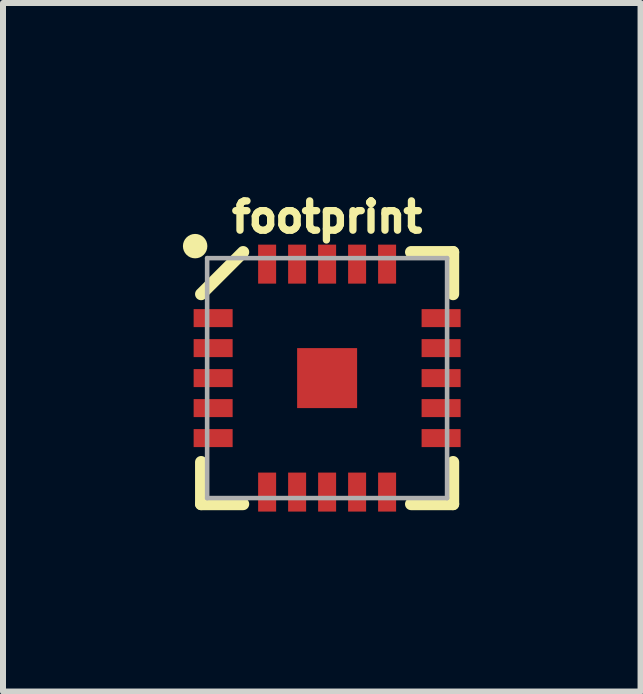
<source format=kicad_pcb>
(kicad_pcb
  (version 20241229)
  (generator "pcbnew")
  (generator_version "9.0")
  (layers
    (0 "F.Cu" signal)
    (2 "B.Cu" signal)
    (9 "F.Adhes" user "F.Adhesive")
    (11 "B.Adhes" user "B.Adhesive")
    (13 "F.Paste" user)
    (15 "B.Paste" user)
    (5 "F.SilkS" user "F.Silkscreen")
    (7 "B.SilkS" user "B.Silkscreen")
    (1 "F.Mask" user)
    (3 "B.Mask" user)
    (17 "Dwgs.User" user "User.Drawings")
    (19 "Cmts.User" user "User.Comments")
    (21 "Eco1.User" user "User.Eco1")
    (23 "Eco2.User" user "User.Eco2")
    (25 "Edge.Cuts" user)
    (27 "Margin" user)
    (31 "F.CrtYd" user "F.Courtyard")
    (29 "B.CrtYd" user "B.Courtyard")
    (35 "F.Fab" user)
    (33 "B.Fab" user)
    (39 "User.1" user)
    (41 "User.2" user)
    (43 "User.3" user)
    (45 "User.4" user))
  (footprint "footprint"
    (layer "F.Cu")
    (at 2.403 3.253)
    (property "Reference" "footprint" (at 0 -2.4 0) (layer "F.SilkS") (effects (font (size 0.488 0.488) (thickness 0.122)) (justify bottom)))
    (fp_line (start -2.1 2.1) (end -2.1 1.4) (stroke (width 0.203) (type solid)) (layer "F.SilkS"))
    (fp_line (start -1.4 -2.1) (end -2.1 -1.4) (stroke (width 0.203) (type solid)) (layer "F.SilkS"))
    (fp_line (start -1.4 2.1) (end -2.1 2.1) (stroke (width 0.203) (type solid)) (layer "F.SilkS"))
    (fp_line (start 1.4 -2.1) (end 2.1 -2.1) (stroke (width 0.203) (type solid)) (layer "F.SilkS"))
    (fp_line (start 2.1 -2.1) (end 2.1 -1.4) (stroke (width 0.203) (type solid)) (layer "F.SilkS"))
    (fp_line (start 2.1 1.4) (end 2.1 2.1) (stroke (width 0.203) (type solid)) (layer "F.SilkS"))
    (fp_line (start 2.1 2.1) (end 1.4 2.1) (stroke (width 0.203) (type solid)) (layer "F.SilkS"))
    (fp_circle (center -2.2 -2.2) (end -2.098 -2.2) (stroke (width 0.203) (type solid)) (fill yes) (layer "F.SilkS"))
    (fp_poly (pts (xy -2.095 -0.902) (xy -1.613 -0.902) (xy -1.613 -1.105) (xy -2.095 -1.105)) (stroke (width 0) (type solid)) (fill yes) (layer "F.Paste"))
    (fp_poly (pts (xy -2.095 -0.394) (xy -1.613 -0.394) (xy -1.613 -0.597) (xy -2.095 -0.597)) (stroke (width 0) (type solid)) (fill yes) (layer "F.Paste"))
    (fp_poly (pts (xy -2.095 0.102) (xy -1.613 0.102) (xy -1.613 -0.102) (xy -2.095 -0.102)) (stroke (width 0) (type solid)) (fill yes) (layer "F.Paste"))
    (fp_poly (pts (xy -2.095 0.597) (xy -1.613 0.597) (xy -1.613 0.394) (xy -2.095 0.394)) (stroke (width 0) (type solid)) (fill yes) (layer "F.Paste"))
    (fp_poly (pts (xy -2.095 1.105) (xy -1.613 1.105) (xy -1.613 0.902) (xy -2.095 0.902)) (stroke (width 0) (type solid)) (fill yes) (layer "F.Paste"))
    (fp_poly (pts (xy -0.902 -1.613) (xy -0.902 -2.095) (xy -1.105 -2.095) (xy -1.105 -1.613)) (stroke (width 0) (type solid)) (fill yes) (layer "F.Paste"))
    (fp_poly (pts (xy -0.902 2.095) (xy -0.902 1.613) (xy -1.105 1.613) (xy -1.105 2.095)) (stroke (width 0) (type solid)) (fill yes) (layer "F.Paste"))
    (fp_poly (pts (xy -0.394 -1.613) (xy -0.394 -2.095) (xy -0.597 -2.095) (xy -0.597 -1.613)) (stroke (width 0) (type solid)) (fill yes) (layer "F.Paste"))
    (fp_poly (pts (xy -0.394 2.095) (xy -0.394 1.613) (xy -0.597 1.613) (xy -0.597 2.095)) (stroke (width 0) (type solid)) (fill yes) (layer "F.Paste"))
    (fp_poly (pts (xy -0.25 0.25) (xy 0.25 0.25) (xy 0.25 -0.25) (xy -0.25 -0.25)) (stroke (width 0) (type solid)) (fill yes) (layer "F.Paste"))
    (fp_poly (pts (xy 0.102 -1.613) (xy 0.102 -2.095) (xy -0.102 -2.095) (xy -0.102 -1.613)) (stroke (width 0) (type solid)) (fill yes) (layer "F.Paste"))
    (fp_poly (pts (xy 0.102 2.095) (xy 0.102 1.613) (xy -0.102 1.613) (xy -0.102 2.095)) (stroke (width 0) (type solid)) (fill yes) (layer "F.Paste"))
    (fp_poly (pts (xy 0.597 -1.613) (xy 0.597 -2.095) (xy 0.394 -2.095) (xy 0.394 -1.613)) (stroke (width 0) (type solid)) (fill yes) (layer "F.Paste"))
    (fp_poly (pts (xy 0.597 2.095) (xy 0.597 1.613) (xy 0.394 1.613) (xy 0.394 2.095)) (stroke (width 0) (type solid)) (fill yes) (layer "F.Paste"))
    (fp_poly (pts (xy 1.105 -1.613) (xy 1.105 -2.095) (xy 0.902 -2.095) (xy 0.902 -1.613)) (stroke (width 0) (type solid)) (fill yes) (layer "F.Paste"))
    (fp_poly (pts (xy 1.105 2.095) (xy 1.105 1.613) (xy 0.902 1.613) (xy 0.902 2.095)) (stroke (width 0) (type solid)) (fill yes) (layer "F.Paste"))
    (fp_poly (pts (xy 1.613 -0.902) (xy 2.095 -0.902) (xy 2.095 -1.105) (xy 1.613 -1.105)) (stroke (width 0) (type solid)) (fill yes) (layer "F.Paste"))
    (fp_poly (pts (xy 1.613 -0.394) (xy 2.095 -0.394) (xy 2.095 -0.597) (xy 1.613 -0.597)) (stroke (width 0) (type solid)) (fill yes) (layer "F.Paste"))
    (fp_poly (pts (xy 1.613 0.102) (xy 2.095 0.102) (xy 2.095 -0.102) (xy 1.613 -0.102)) (stroke (width 0) (type solid)) (fill yes) (layer "F.Paste"))
    (fp_poly (pts (xy 1.613 0.597) (xy 2.095 0.597) (xy 2.095 0.394) (xy 1.613 0.394)) (stroke (width 0) (type solid)) (fill yes) (layer "F.Paste"))
    (fp_poly (pts (xy 1.613 1.105) (xy 2.095 1.105) (xy 2.095 0.902) (xy 1.613 0.902)) (stroke (width 0) (type solid)) (fill yes) (layer "F.Paste"))
    (fp_line (start -2 -2) (end 2 -2) (stroke (width 0.076) (type solid)) (layer "F.Fab"))
    (fp_line (start -2 2) (end -2 -2) (stroke (width 0.076) (type solid)) (layer "F.Fab"))
    (fp_line (start 2 -2) (end 2 2) (stroke (width 0.076) (type solid)) (layer "F.Fab"))
    (fp_line (start 2 2) (end -2 2) (stroke (width 0.076) (type solid)) (layer "F.Fab"))
    (pad "0" smd rect (at 0 0 180) (size 1 1) (layers "F.Cu" "F.Mask"))
    (pad "1" smd rect (at -1.9 -1) (size 0.65 0.3) (layers "F.Cu" "F.Mask"))
    (pad "2" smd rect (at -1.9 -0.5) (size 0.65 0.3) (layers "F.Cu" "F.Mask"))
    (pad "3" smd rect (at -1.9 0) (size 0.65 0.3) (layers "F.Cu" "F.Mask"))
    (pad "4" smd rect (at -1.9 0.5) (size 0.65 0.3) (layers "F.Cu" "F.Mask"))
    (pad "5" smd rect (at -1.9 1 180) (size 0.65 0.3) (layers "F.Cu" "F.Mask"))
    (pad "6" smd rect (at -1 1.9 270) (size 0.65 0.3) (layers "F.Cu" "F.Mask"))
    (pad "7" smd rect (at -0.5 1.9 270) (size 0.65 0.3) (layers "F.Cu" "F.Mask"))
    (pad "8" smd rect (at 0 1.9 270) (size 0.65 0.3) (layers "F.Cu" "F.Mask"))
    (pad "9" smd rect (at 0.5 1.9 90) (size 0.65 0.3) (layers "F.Cu" "F.Mask"))
    (pad "10" smd rect (at 1 1.9 90) (size 0.65 0.3) (layers "F.Cu" "F.Mask"))
    (pad "11" smd rect (at 1.9 1 180) (size 0.65 0.3) (layers "F.Cu" "F.Mask"))
    (pad "12" smd rect (at 1.9 0.5 180) (size 0.65 0.3) (layers "F.Cu" "F.Mask"))
    (pad "13" smd rect (at 1.9 0) (size 0.65 0.3) (layers "F.Cu" "F.Mask"))
    (pad "14" smd rect (at 1.9 -0.5) (size 0.65 0.3) (layers "F.Cu" "F.Mask"))
    (pad "15" smd rect (at 1.9 -1) (size 0.65 0.3) (layers "F.Cu" "F.Mask"))
    (pad "16" smd rect (at 1 -1.9 90) (size 0.65 0.3) (layers "F.Cu" "F.Mask"))
    (pad "17" smd rect (at 0.5 -1.9 270) (size 0.65 0.3) (layers "F.Cu" "F.Mask"))
    (pad "18" smd rect (at 0 -1.9 90) (size 0.65 0.3) (layers "F.Cu" "F.Mask"))
    (pad "19" smd rect (at -0.5 -1.9 90) (size 0.65 0.3) (layers "F.Cu" "F.Mask"))
    (pad "20" smd rect (at -1 -1.9 90) (size 0.65 0.3) (layers "F.Cu" "F.Mask")))
  (gr_rect
    (start -3 -3)
    (end 7.628 8.478)
    (stroke (width 0.1) (type default))
    (fill no)
    (layer "Edge.Cuts")))
</source>
